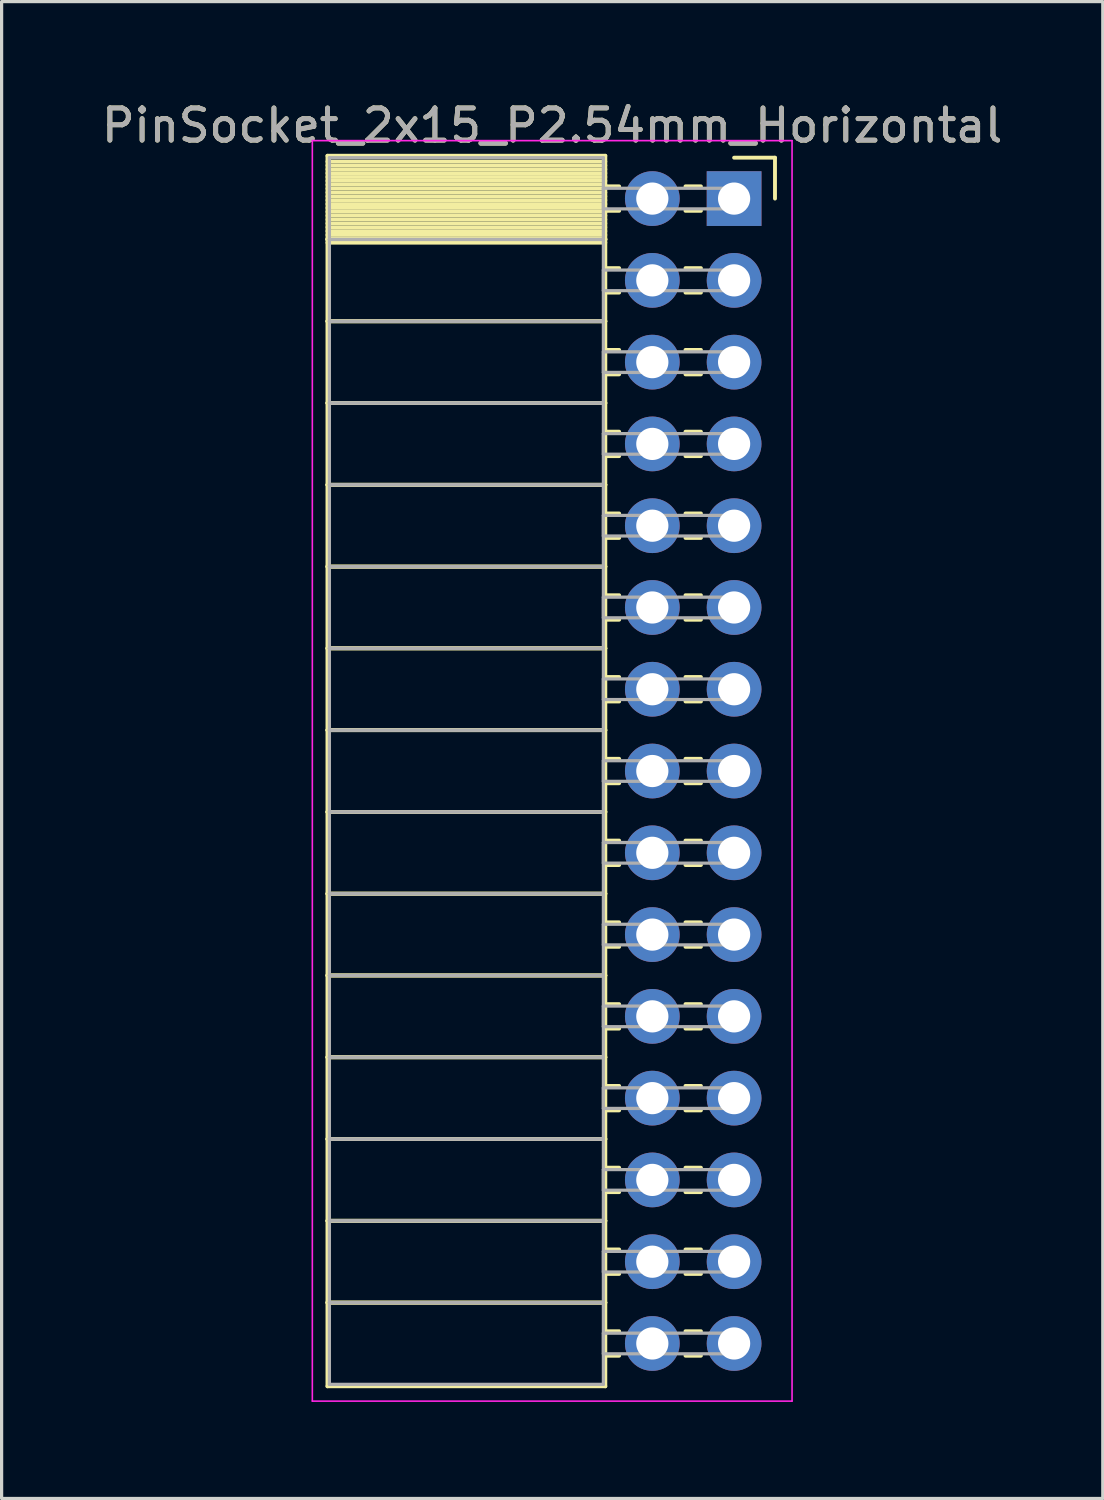
<source format=kicad_pcb>
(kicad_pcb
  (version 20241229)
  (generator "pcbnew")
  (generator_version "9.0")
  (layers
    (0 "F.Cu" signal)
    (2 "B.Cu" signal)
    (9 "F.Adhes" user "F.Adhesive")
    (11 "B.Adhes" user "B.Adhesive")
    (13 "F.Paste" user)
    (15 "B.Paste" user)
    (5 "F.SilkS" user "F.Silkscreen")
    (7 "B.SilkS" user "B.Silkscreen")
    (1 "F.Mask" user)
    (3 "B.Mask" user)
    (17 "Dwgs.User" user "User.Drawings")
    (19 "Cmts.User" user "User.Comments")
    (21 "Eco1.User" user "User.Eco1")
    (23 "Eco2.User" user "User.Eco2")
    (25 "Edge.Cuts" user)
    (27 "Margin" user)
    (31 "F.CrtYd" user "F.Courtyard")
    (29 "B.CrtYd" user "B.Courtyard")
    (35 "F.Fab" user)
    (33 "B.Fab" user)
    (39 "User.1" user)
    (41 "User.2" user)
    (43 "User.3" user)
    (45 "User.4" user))
  (footprint "PinSocket_2x15_P2.54mm_Horizontal"
    (layer "F.Cu")
    (at 19.751 3.118)
    (property "Reference" "PinSocket_2x15_P2.54mm_Horizontal" (at -5.65 -2.27 0) (layer "F.SilkS") (effects (font (size 1 1) (thickness 0.15))))
    (attr through_hole)
    (fp_line (start -12.63 -1.33) (end -4 -1.33) (stroke (width 0.12) (type solid)) (layer "F.SilkS"))
    (fp_line (start -12.63 1.27) (end -12.63 -1.33) (stroke (width 0.12) (type solid)) (layer "F.SilkS"))
    (fp_line (start -12.63 1.27) (end -4 1.27) (stroke (width 0.12) (type solid)) (layer "F.SilkS"))
    (fp_line (start -12.63 3.81) (end -12.63 1.27) (stroke (width 0.12) (type solid)) (layer "F.SilkS"))
    (fp_line (start -12.63 3.81) (end -4 3.81) (stroke (width 0.12) (type solid)) (layer "F.SilkS"))
    (fp_line (start -12.63 6.35) (end -12.63 3.81) (stroke (width 0.12) (type solid)) (layer "F.SilkS"))
    (fp_line (start -12.63 6.35) (end -4 6.35) (stroke (width 0.12) (type solid)) (layer "F.SilkS"))
    (fp_line (start -12.63 8.89) (end -12.63 6.35) (stroke (width 0.12) (type solid)) (layer "F.SilkS"))
    (fp_line (start -12.63 8.89) (end -4 8.89) (stroke (width 0.12) (type solid)) (layer "F.SilkS"))
    (fp_line (start -12.63 11.43) (end -12.63 8.89) (stroke (width 0.12) (type solid)) (layer "F.SilkS"))
    (fp_line (start -12.63 11.43) (end -4 11.43) (stroke (width 0.12) (type solid)) (layer "F.SilkS"))
    (fp_line (start -12.63 13.97) (end -12.63 11.43) (stroke (width 0.12) (type solid)) (layer "F.SilkS"))
    (fp_line (start -12.63 13.97) (end -4 13.97) (stroke (width 0.12) (type solid)) (layer "F.SilkS"))
    (fp_line (start -12.63 16.51) (end -12.63 13.97) (stroke (width 0.12) (type solid)) (layer "F.SilkS"))
    (fp_line (start -12.63 16.51) (end -4 16.51) (stroke (width 0.12) (type solid)) (layer "F.SilkS"))
    (fp_line (start -12.63 19.05) (end -12.63 16.51) (stroke (width 0.12) (type solid)) (layer "F.SilkS"))
    (fp_line (start -12.63 19.05) (end -4 19.05) (stroke (width 0.12) (type solid)) (layer "F.SilkS"))
    (fp_line (start -12.63 21.59) (end -12.63 19.05) (stroke (width 0.12) (type solid)) (layer "F.SilkS"))
    (fp_line (start -12.63 21.59) (end -4 21.59) (stroke (width 0.12) (type solid)) (layer "F.SilkS"))
    (fp_line (start -12.63 24.13) (end -12.63 21.59) (stroke (width 0.12) (type solid)) (layer "F.SilkS"))
    (fp_line (start -12.63 24.13) (end -4 24.13) (stroke (width 0.12) (type solid)) (layer "F.SilkS"))
    (fp_line (start -12.63 26.67) (end -12.63 24.13) (stroke (width 0.12) (type solid)) (layer "F.SilkS"))
    (fp_line (start -12.63 26.67) (end -4 26.67) (stroke (width 0.12) (type solid)) (layer "F.SilkS"))
    (fp_line (start -12.63 29.21) (end -12.63 26.67) (stroke (width 0.12) (type solid)) (layer "F.SilkS"))
    (fp_line (start -12.63 29.21) (end -4 29.21) (stroke (width 0.12) (type solid)) (layer "F.SilkS"))
    (fp_line (start -12.63 31.75) (end -12.63 29.21) (stroke (width 0.12) (type solid)) (layer "F.SilkS"))
    (fp_line (start -12.63 31.75) (end -4 31.75) (stroke (width 0.12) (type solid)) (layer "F.SilkS"))
    (fp_line (start -12.63 34.29) (end -12.63 31.75) (stroke (width 0.12) (type solid)) (layer "F.SilkS"))
    (fp_line (start -12.63 34.29) (end -4 34.29) (stroke (width 0.12) (type solid)) (layer "F.SilkS"))
    (fp_line (start -12.63 36.89) (end -12.63 34.29) (stroke (width 0.12) (type solid)) (layer "F.SilkS"))
    (fp_line (start -4 -1.33) (end -4 1.27) (stroke (width 0.12) (type solid)) (layer "F.SilkS"))
    (fp_line (start -4 -1.15) (end -12.63 -1.15) (stroke (width 0.12) (type solid)) (layer "F.SilkS"))
    (fp_line (start -4 -1.03) (end -12.63 -1.03) (stroke (width 0.12) (type solid)) (layer "F.SilkS"))
    (fp_line (start -4 -0.91) (end -12.63 -0.91) (stroke (width 0.12) (type solid)) (layer "F.SilkS"))
    (fp_line (start -4 -0.79) (end -12.63 -0.79) (stroke (width 0.12) (type solid)) (layer "F.SilkS"))
    (fp_line (start -4 -0.67) (end -12.63 -0.67) (stroke (width 0.12) (type solid)) (layer "F.SilkS"))
    (fp_line (start -4 -0.55) (end -12.63 -0.55) (stroke (width 0.12) (type solid)) (layer "F.SilkS"))
    (fp_line (start -4 -0.43) (end -12.63 -0.43) (stroke (width 0.12) (type solid)) (layer "F.SilkS"))
    (fp_line (start -4 -0.31) (end -12.63 -0.31) (stroke (width 0.12) (type solid)) (layer "F.SilkS"))
    (fp_line (start -4 -0.19) (end -12.63 -0.19) (stroke (width 0.12) (type solid)) (layer "F.SilkS"))
    (fp_line (start -4 -0.07) (end -12.63 -0.07) (stroke (width 0.12) (type solid)) (layer "F.SilkS"))
    (fp_line (start -4 0.05) (end -12.63 0.05) (stroke (width 0.12) (type solid)) (layer "F.SilkS"))
    (fp_line (start -4 0.17) (end -12.63 0.17) (stroke (width 0.12) (type solid)) (layer "F.SilkS"))
    (fp_line (start -4 0.29) (end -12.63 0.29) (stroke (width 0.12) (type solid)) (layer "F.SilkS"))
    (fp_line (start -4 0.41) (end -12.63 0.41) (stroke (width 0.12) (type solid)) (layer "F.SilkS"))
    (fp_line (start -4 0.53) (end -12.63 0.53) (stroke (width 0.12) (type solid)) (layer "F.SilkS"))
    (fp_line (start -4 0.65) (end -12.63 0.65) (stroke (width 0.12) (type solid)) (layer "F.SilkS"))
    (fp_line (start -4 0.77) (end -12.63 0.77) (stroke (width 0.12) (type solid)) (layer "F.SilkS"))
    (fp_line (start -4 0.89) (end -12.63 0.89) (stroke (width 0.12) (type solid)) (layer "F.SilkS"))
    (fp_line (start -4 1.01) (end -12.63 1.01) (stroke (width 0.12) (type solid)) (layer "F.SilkS"))
    (fp_line (start -4 1.13) (end -12.63 1.13) (stroke (width 0.12) (type solid)) (layer "F.SilkS"))
    (fp_line (start -4 1.25) (end -12.63 1.25) (stroke (width 0.12) (type solid)) (layer "F.SilkS"))
    (fp_line (start -4 1.27) (end -12.63 1.27) (stroke (width 0.12) (type solid)) (layer "F.SilkS"))
    (fp_line (start -4 1.27) (end -4 3.81) (stroke (width 0.12) (type solid)) (layer "F.SilkS"))
    (fp_line (start -4 1.37) (end -12.63 1.37) (stroke (width 0.12) (type solid)) (layer "F.SilkS"))
    (fp_line (start -4 3.81) (end -12.63 3.81) (stroke (width 0.12) (type solid)) (layer "F.SilkS"))
    (fp_line (start -4 3.81) (end -4 6.35) (stroke (width 0.12) (type solid)) (layer "F.SilkS"))
    (fp_line (start -4 6.35) (end -12.63 6.35) (stroke (width 0.12) (type solid)) (layer "F.SilkS"))
    (fp_line (start -4 6.35) (end -4 8.89) (stroke (width 0.12) (type solid)) (layer "F.SilkS"))
    (fp_line (start -4 8.89) (end -12.63 8.89) (stroke (width 0.12) (type solid)) (layer "F.SilkS"))
    (fp_line (start -4 8.89) (end -4 11.43) (stroke (width 0.12) (type solid)) (layer "F.SilkS"))
    (fp_line (start -4 11.43) (end -12.63 11.43) (stroke (width 0.12) (type solid)) (layer "F.SilkS"))
    (fp_line (start -4 11.43) (end -4 13.97) (stroke (width 0.12) (type solid)) (layer "F.SilkS"))
    (fp_line (start -4 13.97) (end -12.63 13.97) (stroke (width 0.12) (type solid)) (layer "F.SilkS"))
    (fp_line (start -4 13.97) (end -4 16.51) (stroke (width 0.12) (type solid)) (layer "F.SilkS"))
    (fp_line (start -4 16.51) (end -12.63 16.51) (stroke (width 0.12) (type solid)) (layer "F.SilkS"))
    (fp_line (start -4 16.51) (end -4 19.05) (stroke (width 0.12) (type solid)) (layer "F.SilkS"))
    (fp_line (start -4 19.05) (end -12.63 19.05) (stroke (width 0.12) (type solid)) (layer "F.SilkS"))
    (fp_line (start -4 19.05) (end -4 21.59) (stroke (width 0.12) (type solid)) (layer "F.SilkS"))
    (fp_line (start -4 21.59) (end -12.63 21.59) (stroke (width 0.12) (type solid)) (layer "F.SilkS"))
    (fp_line (start -4 21.59) (end -4 24.13) (stroke (width 0.12) (type solid)) (layer "F.SilkS"))
    (fp_line (start -4 24.13) (end -12.63 24.13) (stroke (width 0.12) (type solid)) (layer "F.SilkS"))
    (fp_line (start -4 24.13) (end -4 26.67) (stroke (width 0.12) (type solid)) (layer "F.SilkS"))
    (fp_line (start -4 26.67) (end -12.63 26.67) (stroke (width 0.12) (type solid)) (layer "F.SilkS"))
    (fp_line (start -4 26.67) (end -4 29.21) (stroke (width 0.12) (type solid)) (layer "F.SilkS"))
    (fp_line (start -4 29.21) (end -12.63 29.21) (stroke (width 0.12) (type solid)) (layer "F.SilkS"))
    (fp_line (start -4 29.21) (end -4 31.75) (stroke (width 0.12) (type solid)) (layer "F.SilkS"))
    (fp_line (start -4 31.75) (end -12.63 31.75) (stroke (width 0.12) (type solid)) (layer "F.SilkS"))
    (fp_line (start -4 31.75) (end -4 34.29) (stroke (width 0.12) (type solid)) (layer "F.SilkS"))
    (fp_line (start -4 34.29) (end -12.63 34.29) (stroke (width 0.12) (type solid)) (layer "F.SilkS"))
    (fp_line (start -4 34.29) (end -4 36.89) (stroke (width 0.12) (type solid)) (layer "F.SilkS"))
    (fp_line (start -4 36.89) (end -12.63 36.89) (stroke (width 0.12) (type solid)) (layer "F.SilkS"))
    (fp_line (start -3.57 -0.38) (end -4 -0.38) (stroke (width 0.12) (type solid)) (layer "F.SilkS"))
    (fp_line (start -3.57 0.38) (end -4 0.38) (stroke (width 0.12) (type solid)) (layer "F.SilkS"))
    (fp_line (start -3.57 2.16) (end -4 2.16) (stroke (width 0.12) (type solid)) (layer "F.SilkS"))
    (fp_line (start -3.57 2.92) (end -4 2.92) (stroke (width 0.12) (type solid)) (layer "F.SilkS"))
    (fp_line (start -3.57 4.7) (end -4 4.7) (stroke (width 0.12) (type solid)) (layer "F.SilkS"))
    (fp_line (start -3.57 5.46) (end -4 5.46) (stroke (width 0.12) (type solid)) (layer "F.SilkS"))
    (fp_line (start -3.57 7.24) (end -4 7.24) (stroke (width 0.12) (type solid)) (layer "F.SilkS"))
    (fp_line (start -3.57 8) (end -4 8) (stroke (width 0.12) (type solid)) (layer "F.SilkS"))
    (fp_line (start -3.57 9.78) (end -4 9.78) (stroke (width 0.12) (type solid)) (layer "F.SilkS"))
    (fp_line (start -3.57 10.54) (end -4 10.54) (stroke (width 0.12) (type solid)) (layer "F.SilkS"))
    (fp_line (start -3.57 12.32) (end -4 12.32) (stroke (width 0.12) (type solid)) (layer "F.SilkS"))
    (fp_line (start -3.57 13.08) (end -4 13.08) (stroke (width 0.12) (type solid)) (layer "F.SilkS"))
    (fp_line (start -3.57 14.86) (end -4 14.86) (stroke (width 0.12) (type solid)) (layer "F.SilkS"))
    (fp_line (start -3.57 15.62) (end -4 15.62) (stroke (width 0.12) (type solid)) (layer "F.SilkS"))
    (fp_line (start -3.57 17.4) (end -4 17.4) (stroke (width 0.12) (type solid)) (layer "F.SilkS"))
    (fp_line (start -3.57 18.16) (end -4 18.16) (stroke (width 0.12) (type solid)) (layer "F.SilkS"))
    (fp_line (start -3.57 19.94) (end -4 19.94) (stroke (width 0.12) (type solid)) (layer "F.SilkS"))
    (fp_line (start -3.57 20.7) (end -4 20.7) (stroke (width 0.12) (type solid)) (layer "F.SilkS"))
    (fp_line (start -3.57 22.48) (end -4 22.48) (stroke (width 0.12) (type solid)) (layer "F.SilkS"))
    (fp_line (start -3.57 23.24) (end -4 23.24) (stroke (width 0.12) (type solid)) (layer "F.SilkS"))
    (fp_line (start -3.57 25.02) (end -4 25.02) (stroke (width 0.12) (type solid)) (layer "F.SilkS"))
    (fp_line (start -3.57 25.78) (end -4 25.78) (stroke (width 0.12) (type solid)) (layer "F.SilkS"))
    (fp_line (start -3.57 27.56) (end -4 27.56) (stroke (width 0.12) (type solid)) (layer "F.SilkS"))
    (fp_line (start -3.57 28.32) (end -4 28.32) (stroke (width 0.12) (type solid)) (layer "F.SilkS"))
    (fp_line (start -3.57 30.1) (end -4 30.1) (stroke (width 0.12) (type solid)) (layer "F.SilkS"))
    (fp_line (start -3.57 30.86) (end -4 30.86) (stroke (width 0.12) (type solid)) (layer "F.SilkS"))
    (fp_line (start -3.57 32.64) (end -4 32.64) (stroke (width 0.12) (type solid)) (layer "F.SilkS"))
    (fp_line (start -3.57 33.4) (end -4 33.4) (stroke (width 0.12) (type solid)) (layer "F.SilkS"))
    (fp_line (start -3.57 35.18) (end -4 35.18) (stroke (width 0.12) (type solid)) (layer "F.SilkS"))
    (fp_line (start -3.57 35.94) (end -4 35.94) (stroke (width 0.12) (type solid)) (layer "F.SilkS"))
    (fp_line (start -1.03 -0.38) (end -1.51 -0.38) (stroke (width 0.12) (type solid)) (layer "F.SilkS"))
    (fp_line (start -1.03 0.38) (end -1.51 0.38) (stroke (width 0.12) (type solid)) (layer "F.SilkS"))
    (fp_line (start -1.03 2.16) (end -1.51 2.16) (stroke (width 0.12) (type solid)) (layer "F.SilkS"))
    (fp_line (start -1.03 2.92) (end -1.51 2.92) (stroke (width 0.12) (type solid)) (layer "F.SilkS"))
    (fp_line (start -1.03 4.7) (end -1.51 4.7) (stroke (width 0.12) (type solid)) (layer "F.SilkS"))
    (fp_line (start -1.03 5.46) (end -1.51 5.46) (stroke (width 0.12) (type solid)) (layer "F.SilkS"))
    (fp_line (start -1.03 7.24) (end -1.51 7.24) (stroke (width 0.12) (type solid)) (layer "F.SilkS"))
    (fp_line (start -1.03 8) (end -1.51 8) (stroke (width 0.12) (type solid)) (layer "F.SilkS"))
    (fp_line (start -1.03 9.78) (end -1.51 9.78) (stroke (width 0.12) (type solid)) (layer "F.SilkS"))
    (fp_line (start -1.03 10.54) (end -1.51 10.54) (stroke (width 0.12) (type solid)) (layer "F.SilkS"))
    (fp_line (start -1.03 12.32) (end -1.51 12.32) (stroke (width 0.12) (type solid)) (layer "F.SilkS"))
    (fp_line (start -1.03 13.08) (end -1.51 13.08) (stroke (width 0.12) (type solid)) (layer "F.SilkS"))
    (fp_line (start -1.03 14.86) (end -1.51 14.86) (stroke (width 0.12) (type solid)) (layer "F.SilkS"))
    (fp_line (start -1.03 15.62) (end -1.51 15.62) (stroke (width 0.12) (type solid)) (layer "F.SilkS"))
    (fp_line (start -1.03 17.4) (end -1.51 17.4) (stroke (width 0.12) (type solid)) (layer "F.SilkS"))
    (fp_line (start -1.03 18.16) (end -1.51 18.16) (stroke (width 0.12) (type solid)) (layer "F.SilkS"))
    (fp_line (start -1.03 19.94) (end -1.51 19.94) (stroke (width 0.12) (type solid)) (layer "F.SilkS"))
    (fp_line (start -1.03 20.7) (end -1.51 20.7) (stroke (width 0.12) (type solid)) (layer "F.SilkS"))
    (fp_line (start -1.03 22.48) (end -1.51 22.48) (stroke (width 0.12) (type solid)) (layer "F.SilkS"))
    (fp_line (start -1.03 23.24) (end -1.51 23.24) (stroke (width 0.12) (type solid)) (layer "F.SilkS"))
    (fp_line (start -1.03 25.02) (end -1.51 25.02) (stroke (width 0.12) (type solid)) (layer "F.SilkS"))
    (fp_line (start -1.03 25.78) (end -1.51 25.78) (stroke (width 0.12) (type solid)) (layer "F.SilkS"))
    (fp_line (start -1.03 27.56) (end -1.51 27.56) (stroke (width 0.12) (type solid)) (layer "F.SilkS"))
    (fp_line (start -1.03 28.32) (end -1.51 28.32) (stroke (width 0.12) (type solid)) (layer "F.SilkS"))
    (fp_line (start -1.03 30.1) (end -1.51 30.1) (stroke (width 0.12) (type solid)) (layer "F.SilkS"))
    (fp_line (start -1.03 30.86) (end -1.51 30.86) (stroke (width 0.12) (type solid)) (layer "F.SilkS"))
    (fp_line (start -1.03 32.64) (end -1.51 32.64) (stroke (width 0.12) (type solid)) (layer "F.SilkS"))
    (fp_line (start -1.03 33.4) (end -1.51 33.4) (stroke (width 0.12) (type solid)) (layer "F.SilkS"))
    (fp_line (start -1.03 35.18) (end -1.51 35.18) (stroke (width 0.12) (type solid)) (layer "F.SilkS"))
    (fp_line (start -1.03 35.94) (end -1.51 35.94) (stroke (width 0.12) (type solid)) (layer "F.SilkS"))
    (fp_line (start 0 -1.27) (end 1.27 -1.27) (stroke (width 0.12) (type solid)) (layer "F.SilkS"))
    (fp_line (start 1.27 -1.27) (end 1.27 0) (stroke (width 0.12) (type solid)) (layer "F.SilkS"))
    (fp_line (start -13.1 -1.8) (end 1.8 -1.8) (stroke (width 0.05) (type solid)) (layer "F.CrtYd"))
    (fp_line (start -13.1 37.35) (end -13.1 -1.8) (stroke (width 0.05) (type solid)) (layer "F.CrtYd"))
    (fp_line (start 1.8 -1.8) (end 1.8 37.35) (stroke (width 0.05) (type solid)) (layer "F.CrtYd"))
    (fp_line (start 1.8 37.35) (end -13.1 37.35) (stroke (width 0.05) (type solid)) (layer "F.CrtYd"))
    (fp_line (start -12.57 -1.27) (end -4.06 -1.27) (stroke (width 0.1) (type solid)) (layer "F.Fab"))
    (fp_line (start -12.57 1.27) (end -12.57 -1.27) (stroke (width 0.1) (type solid)) (layer "F.Fab"))
    (fp_line (start -12.57 1.27) (end -4.06 1.27) (stroke (width 0.1) (type solid)) (layer "F.Fab"))
    (fp_line (start -12.57 3.81) (end -12.57 1.27) (stroke (width 0.1) (type solid)) (layer "F.Fab"))
    (fp_line (start -12.57 3.81) (end -4.06 3.81) (stroke (width 0.1) (type solid)) (layer "F.Fab"))
    (fp_line (start -12.57 6.35) (end -12.57 3.81) (stroke (width 0.1) (type solid)) (layer "F.Fab"))
    (fp_line (start -12.57 6.35) (end -4.06 6.35) (stroke (width 0.1) (type solid)) (layer "F.Fab"))
    (fp_line (start -12.57 8.89) (end -12.57 6.35) (stroke (width 0.1) (type solid)) (layer "F.Fab"))
    (fp_line (start -12.57 8.89) (end -4.06 8.89) (stroke (width 0.1) (type solid)) (layer "F.Fab"))
    (fp_line (start -12.57 11.43) (end -12.57 8.89) (stroke (width 0.1) (type solid)) (layer "F.Fab"))
    (fp_line (start -12.57 11.43) (end -4.06 11.43) (stroke (width 0.1) (type solid)) (layer "F.Fab"))
    (fp_line (start -12.57 13.97) (end -12.57 11.43) (stroke (width 0.1) (type solid)) (layer "F.Fab"))
    (fp_line (start -12.57 13.97) (end -4.06 13.97) (stroke (width 0.1) (type solid)) (layer "F.Fab"))
    (fp_line (start -12.57 16.51) (end -12.57 13.97) (stroke (width 0.1) (type solid)) (layer "F.Fab"))
    (fp_line (start -12.57 16.51) (end -4.06 16.51) (stroke (width 0.1) (type solid)) (layer "F.Fab"))
    (fp_line (start -12.57 19.05) (end -12.57 16.51) (stroke (width 0.1) (type solid)) (layer "F.Fab"))
    (fp_line (start -12.57 19.05) (end -4.06 19.05) (stroke (width 0.1) (type solid)) (layer "F.Fab"))
    (fp_line (start -12.57 21.59) (end -12.57 19.05) (stroke (width 0.1) (type solid)) (layer "F.Fab"))
    (fp_line (start -12.57 21.59) (end -4.06 21.59) (stroke (width 0.1) (type solid)) (layer "F.Fab"))
    (fp_line (start -12.57 24.13) (end -12.57 21.59) (stroke (width 0.1) (type solid)) (layer "F.Fab"))
    (fp_line (start -12.57 24.13) (end -4.06 24.13) (stroke (width 0.1) (type solid)) (layer "F.Fab"))
    (fp_line (start -12.57 26.67) (end -12.57 24.13) (stroke (width 0.1) (type solid)) (layer "F.Fab"))
    (fp_line (start -12.57 26.67) (end -4.06 26.67) (stroke (width 0.1) (type solid)) (layer "F.Fab"))
    (fp_line (start -12.57 29.21) (end -12.57 26.67) (stroke (width 0.1) (type solid)) (layer "F.Fab"))
    (fp_line (start -12.57 29.21) (end -4.06 29.21) (stroke (width 0.1) (type solid)) (layer "F.Fab"))
    (fp_line (start -12.57 31.75) (end -12.57 29.21) (stroke (width 0.1) (type solid)) (layer "F.Fab"))
    (fp_line (start -12.57 31.75) (end -4.06 31.75) (stroke (width 0.1) (type solid)) (layer "F.Fab"))
    (fp_line (start -12.57 34.29) (end -12.57 31.75) (stroke (width 0.1) (type solid)) (layer "F.Fab"))
    (fp_line (start -12.57 34.29) (end -4.06 34.29) (stroke (width 0.1) (type solid)) (layer "F.Fab"))
    (fp_line (start -12.57 36.83) (end -12.57 34.29) (stroke (width 0.1) (type solid)) (layer "F.Fab"))
    (fp_line (start -4.06 -1.27) (end -4.06 1.27) (stroke (width 0.1) (type solid)) (layer "F.Fab"))
    (fp_line (start -4.06 -0.32) (end 0 -0.32) (stroke (width 0.1) (type solid)) (layer "F.Fab"))
    (fp_line (start -4.06 0.32) (end -4.06 -0.32) (stroke (width 0.1) (type solid)) (layer "F.Fab"))
    (fp_line (start -4.06 1.27) (end -12.57 1.27) (stroke (width 0.1) (type solid)) (layer "F.Fab"))
    (fp_line (start -4.06 1.27) (end -4.06 3.81) (stroke (width 0.1) (type solid)) (layer "F.Fab"))
    (fp_line (start -4.06 2.22) (end 0 2.22) (stroke (width 0.1) (type solid)) (layer "F.Fab"))
    (fp_line (start -4.06 2.86) (end -4.06 2.22) (stroke (width 0.1) (type solid)) (layer "F.Fab"))
    (fp_line (start -4.06 3.81) (end -12.57 3.81) (stroke (width 0.1) (type solid)) (layer "F.Fab"))
    (fp_line (start -4.06 3.81) (end -4.06 6.35) (stroke (width 0.1) (type solid)) (layer "F.Fab"))
    (fp_line (start -4.06 4.76) (end 0 4.76) (stroke (width 0.1) (type solid)) (layer "F.Fab"))
    (fp_line (start -4.06 5.4) (end -4.06 4.76) (stroke (width 0.1) (type solid)) (layer "F.Fab"))
    (fp_line (start -4.06 6.35) (end -12.57 6.35) (stroke (width 0.1) (type solid)) (layer "F.Fab"))
    (fp_line (start -4.06 6.35) (end -4.06 8.89) (stroke (width 0.1) (type solid)) (layer "F.Fab"))
    (fp_line (start -4.06 7.3) (end 0 7.3) (stroke (width 0.1) (type solid)) (layer "F.Fab"))
    (fp_line (start -4.06 7.94) (end -4.06 7.3) (stroke (width 0.1) (type solid)) (layer "F.Fab"))
    (fp_line (start -4.06 8.89) (end -12.57 8.89) (stroke (width 0.1) (type solid)) (layer "F.Fab"))
    (fp_line (start -4.06 8.89) (end -4.06 11.43) (stroke (width 0.1) (type solid)) (layer "F.Fab"))
    (fp_line (start -4.06 9.84) (end 0 9.84) (stroke (width 0.1) (type solid)) (layer "F.Fab"))
    (fp_line (start -4.06 10.48) (end -4.06 9.84) (stroke (width 0.1) (type solid)) (layer "F.Fab"))
    (fp_line (start -4.06 11.43) (end -12.57 11.43) (stroke (width 0.1) (type solid)) (layer "F.Fab"))
    (fp_line (start -4.06 11.43) (end -4.06 13.97) (stroke (width 0.1) (type solid)) (layer "F.Fab"))
    (fp_line (start -4.06 12.38) (end 0 12.38) (stroke (width 0.1) (type solid)) (layer "F.Fab"))
    (fp_line (start -4.06 13.02) (end -4.06 12.38) (stroke (width 0.1) (type solid)) (layer "F.Fab"))
    (fp_line (start -4.06 13.97) (end -12.57 13.97) (stroke (width 0.1) (type solid)) (layer "F.Fab"))
    (fp_line (start -4.06 13.97) (end -4.06 16.51) (stroke (width 0.1) (type solid)) (layer "F.Fab"))
    (fp_line (start -4.06 14.92) (end 0 14.92) (stroke (width 0.1) (type solid)) (layer "F.Fab"))
    (fp_line (start -4.06 15.56) (end -4.06 14.92) (stroke (width 0.1) (type solid)) (layer "F.Fab"))
    (fp_line (start -4.06 16.51) (end -12.57 16.51) (stroke (width 0.1) (type solid)) (layer "F.Fab"))
    (fp_line (start -4.06 16.51) (end -4.06 19.05) (stroke (width 0.1) (type solid)) (layer "F.Fab"))
    (fp_line (start -4.06 17.46) (end 0 17.46) (stroke (width 0.1) (type solid)) (layer "F.Fab"))
    (fp_line (start -4.06 18.1) (end -4.06 17.46) (stroke (width 0.1) (type solid)) (layer "F.Fab"))
    (fp_line (start -4.06 19.05) (end -12.57 19.05) (stroke (width 0.1) (type solid)) (layer "F.Fab"))
    (fp_line (start -4.06 19.05) (end -4.06 21.59) (stroke (width 0.1) (type solid)) (layer "F.Fab"))
    (fp_line (start -4.06 20) (end 0 20) (stroke (width 0.1) (type solid)) (layer "F.Fab"))
    (fp_line (start -4.06 20.64) (end -4.06 20) (stroke (width 0.1) (type solid)) (layer "F.Fab"))
    (fp_line (start -4.06 21.59) (end -12.57 21.59) (stroke (width 0.1) (type solid)) (layer "F.Fab"))
    (fp_line (start -4.06 21.59) (end -4.06 24.13) (stroke (width 0.1) (type solid)) (layer "F.Fab"))
    (fp_line (start -4.06 22.54) (end 0 22.54) (stroke (width 0.1) (type solid)) (layer "F.Fab"))
    (fp_line (start -4.06 23.18) (end -4.06 22.54) (stroke (width 0.1) (type solid)) (layer "F.Fab"))
    (fp_line (start -4.06 24.13) (end -12.57 24.13) (stroke (width 0.1) (type solid)) (layer "F.Fab"))
    (fp_line (start -4.06 24.13) (end -4.06 26.67) (stroke (width 0.1) (type solid)) (layer "F.Fab"))
    (fp_line (start -4.06 25.08) (end 0 25.08) (stroke (width 0.1) (type solid)) (layer "F.Fab"))
    (fp_line (start -4.06 25.72) (end -4.06 25.08) (stroke (width 0.1) (type solid)) (layer "F.Fab"))
    (fp_line (start -4.06 26.67) (end -12.57 26.67) (stroke (width 0.1) (type solid)) (layer "F.Fab"))
    (fp_line (start -4.06 26.67) (end -4.06 29.21) (stroke (width 0.1) (type solid)) (layer "F.Fab"))
    (fp_line (start -4.06 27.62) (end 0 27.62) (stroke (width 0.1) (type solid)) (layer "F.Fab"))
    (fp_line (start -4.06 28.26) (end -4.06 27.62) (stroke (width 0.1) (type solid)) (layer "F.Fab"))
    (fp_line (start -4.06 29.21) (end -12.57 29.21) (stroke (width 0.1) (type solid)) (layer "F.Fab"))
    (fp_line (start -4.06 29.21) (end -4.06 31.75) (stroke (width 0.1) (type solid)) (layer "F.Fab"))
    (fp_line (start -4.06 30.16) (end 0 30.16) (stroke (width 0.1) (type solid)) (layer "F.Fab"))
    (fp_line (start -4.06 30.8) (end -4.06 30.16) (stroke (width 0.1) (type solid)) (layer "F.Fab"))
    (fp_line (start -4.06 31.75) (end -12.57 31.75) (stroke (width 0.1) (type solid)) (layer "F.Fab"))
    (fp_line (start -4.06 31.75) (end -4.06 34.29) (stroke (width 0.1) (type solid)) (layer "F.Fab"))
    (fp_line (start -4.06 32.7) (end 0 32.7) (stroke (width 0.1) (type solid)) (layer "F.Fab"))
    (fp_line (start -4.06 33.34) (end -4.06 32.7) (stroke (width 0.1) (type solid)) (layer "F.Fab"))
    (fp_line (start -4.06 34.29) (end -12.57 34.29) (stroke (width 0.1) (type solid)) (layer "F.Fab"))
    (fp_line (start -4.06 34.29) (end -4.06 36.83) (stroke (width 0.1) (type solid)) (layer "F.Fab"))
    (fp_line (start -4.06 35.24) (end 0 35.24) (stroke (width 0.1) (type solid)) (layer "F.Fab"))
    (fp_line (start -4.06 35.88) (end -4.06 35.24) (stroke (width 0.1) (type solid)) (layer "F.Fab"))
    (fp_line (start -4.06 36.83) (end -12.57 36.83) (stroke (width 0.1) (type solid)) (layer "F.Fab"))
    (fp_line (start 0 -0.32) (end 0 0.32) (stroke (width 0.1) (type solid)) (layer "F.Fab"))
    (fp_line (start 0 0.32) (end -4.06 0.32) (stroke (width 0.1) (type solid)) (layer "F.Fab"))
    (fp_line (start 0 2.22) (end 0 2.86) (stroke (width 0.1) (type solid)) (layer "F.Fab"))
    (fp_line (start 0 2.86) (end -4.06 2.86) (stroke (width 0.1) (type solid)) (layer "F.Fab"))
    (fp_line (start 0 4.76) (end 0 5.4) (stroke (width 0.1) (type solid)) (layer "F.Fab"))
    (fp_line (start 0 5.4) (end -4.06 5.4) (stroke (width 0.1) (type solid)) (layer "F.Fab"))
    (fp_line (start 0 7.3) (end 0 7.94) (stroke (width 0.1) (type solid)) (layer "F.Fab"))
    (fp_line (start 0 7.94) (end -4.06 7.94) (stroke (width 0.1) (type solid)) (layer "F.Fab"))
    (fp_line (start 0 9.84) (end 0 10.48) (stroke (width 0.1) (type solid)) (layer "F.Fab"))
    (fp_line (start 0 10.48) (end -4.06 10.48) (stroke (width 0.1) (type solid)) (layer "F.Fab"))
    (fp_line (start 0 12.38) (end 0 13.02) (stroke (width 0.1) (type solid)) (layer "F.Fab"))
    (fp_line (start 0 13.02) (end -4.06 13.02) (stroke (width 0.1) (type solid)) (layer "F.Fab"))
    (fp_line (start 0 14.92) (end 0 15.56) (stroke (width 0.1) (type solid)) (layer "F.Fab"))
    (fp_line (start 0 15.56) (end -4.06 15.56) (stroke (width 0.1) (type solid)) (layer "F.Fab"))
    (fp_line (start 0 17.46) (end 0 18.1) (stroke (width 0.1) (type solid)) (layer "F.Fab"))
    (fp_line (start 0 18.1) (end -4.06 18.1) (stroke (width 0.1) (type solid)) (layer "F.Fab"))
    (fp_line (start 0 20) (end 0 20.64) (stroke (width 0.1) (type solid)) (layer "F.Fab"))
    (fp_line (start 0 20.64) (end -4.06 20.64) (stroke (width 0.1) (type solid)) (layer "F.Fab"))
    (fp_line (start 0 22.54) (end 0 23.18) (stroke (width 0.1) (type solid)) (layer "F.Fab"))
    (fp_line (start 0 23.18) (end -4.06 23.18) (stroke (width 0.1) (type solid)) (layer "F.Fab"))
    (fp_line (start 0 25.08) (end 0 25.72) (stroke (width 0.1) (type solid)) (layer "F.Fab"))
    (fp_line (start 0 25.72) (end -4.06 25.72) (stroke (width 0.1) (type solid)) (layer "F.Fab"))
    (fp_line (start 0 27.62) (end 0 28.26) (stroke (width 0.1) (type solid)) (layer "F.Fab"))
    (fp_line (start 0 28.26) (end -4.06 28.26) (stroke (width 0.1) (type solid)) (layer "F.Fab"))
    (fp_line (start 0 30.16) (end 0 30.8) (stroke (width 0.1) (type solid)) (layer "F.Fab"))
    (fp_line (start 0 30.8) (end -4.06 30.8) (stroke (width 0.1) (type solid)) (layer "F.Fab"))
    (fp_line (start 0 32.7) (end 0 33.34) (stroke (width 0.1) (type solid)) (layer "F.Fab"))
    (fp_line (start 0 33.34) (end -4.06 33.34) (stroke (width 0.1) (type solid)) (layer "F.Fab"))
    (fp_line (start 0 35.24) (end 0 35.88) (stroke (width 0.1) (type solid)) (layer "F.Fab"))
    (fp_line (start 0 35.88) (end -4.06 35.88) (stroke (width 0.1) (type solid)) (layer "F.Fab"))
    (fp_text user "${REFERENCE}" (at -5.65 -2.27 0) (layer "F.Fab") (effects (font (size 1 1) (thickness 0.15))))
    (pad "1" thru_hole rect (at 0 0) (size 1.7 1.7) (drill 1) (layers "*.Cu" "*.Mask"))
    (pad "2" thru_hole oval (at -2.54 0) (size 1.7 1.7) (drill 1) (layers "*.Cu" "*.Mask"))
    (pad "3" thru_hole oval (at 0 2.54) (size 1.7 1.7) (drill 1) (layers "*.Cu" "*.Mask"))
    (pad "4" thru_hole oval (at -2.54 2.54) (size 1.7 1.7) (drill 1) (layers "*.Cu" "*.Mask"))
    (pad "5" thru_hole oval (at 0 5.08) (size 1.7 1.7) (drill 1) (layers "*.Cu" "*.Mask"))
    (pad "6" thru_hole oval (at -2.54 5.08) (size 1.7 1.7) (drill 1) (layers "*.Cu" "*.Mask"))
    (pad "7" thru_hole oval (at 0 7.62) (size 1.7 1.7) (drill 1) (layers "*.Cu" "*.Mask"))
    (pad "8" thru_hole oval (at -2.54 7.62) (size 1.7 1.7) (drill 1) (layers "*.Cu" "*.Mask"))
    (pad "9" thru_hole oval (at 0 10.16) (size 1.7 1.7) (drill 1) (layers "*.Cu" "*.Mask"))
    (pad "10" thru_hole oval (at -2.54 10.16) (size 1.7 1.7) (drill 1) (layers "*.Cu" "*.Mask"))
    (pad "11" thru_hole oval (at 0 12.7) (size 1.7 1.7) (drill 1) (layers "*.Cu" "*.Mask"))
    (pad "12" thru_hole oval (at -2.54 12.7) (size 1.7 1.7) (drill 1) (layers "*.Cu" "*.Mask"))
    (pad "13" thru_hole oval (at 0 15.24) (size 1.7 1.7) (drill 1) (layers "*.Cu" "*.Mask"))
    (pad "14" thru_hole oval (at -2.54 15.24) (size 1.7 1.7) (drill 1) (layers "*.Cu" "*.Mask"))
    (pad "15" thru_hole oval (at 0 17.78) (size 1.7 1.7) (drill 1) (layers "*.Cu" "*.Mask"))
    (pad "16" thru_hole oval (at -2.54 17.78) (size 1.7 1.7) (drill 1) (layers "*.Cu" "*.Mask"))
    (pad "17" thru_hole oval (at 0 20.32) (size 1.7 1.7) (drill 1) (layers "*.Cu" "*.Mask"))
    (pad "18" thru_hole oval (at -2.54 20.32) (size 1.7 1.7) (drill 1) (layers "*.Cu" "*.Mask"))
    (pad "19" thru_hole oval (at 0 22.86) (size 1.7 1.7) (drill 1) (layers "*.Cu" "*.Mask"))
    (pad "20" thru_hole oval (at -2.54 22.86) (size 1.7 1.7) (drill 1) (layers "*.Cu" "*.Mask"))
    (pad "21" thru_hole oval (at 0 25.4) (size 1.7 1.7) (drill 1) (layers "*.Cu" "*.Mask"))
    (pad "22" thru_hole oval (at -2.54 25.4) (size 1.7 1.7) (drill 1) (layers "*.Cu" "*.Mask"))
    (pad "23" thru_hole oval (at 0 27.94) (size 1.7 1.7) (drill 1) (layers "*.Cu" "*.Mask"))
    (pad "24" thru_hole oval (at -2.54 27.94) (size 1.7 1.7) (drill 1) (layers "*.Cu" "*.Mask"))
    (pad "25" thru_hole oval (at 0 30.48) (size 1.7 1.7) (drill 1) (layers "*.Cu" "*.Mask"))
    (pad "26" thru_hole oval (at -2.54 30.48) (size 1.7 1.7) (drill 1) (layers "*.Cu" "*.Mask"))
    (pad "27" thru_hole oval (at 0 33.02) (size 1.7 1.7) (drill 1) (layers "*.Cu" "*.Mask"))
    (pad "28" thru_hole oval (at -2.54 33.02) (size 1.7 1.7) (drill 1) (layers "*.Cu" "*.Mask"))
    (pad "29" thru_hole oval (at 0 35.56) (size 1.7 1.7) (drill 1) (layers "*.Cu" "*.Mask"))
    (pad "30" thru_hole oval (at -2.54 35.56) (size 1.7 1.7) (drill 1) (layers "*.Cu" "*.Mask")))
  (gr_rect
    (start -3 -3)
    (end 31.202 43.493)
    (stroke (width 0.1) (type default))
    (fill no)
    (layer "Edge.Cuts")))
</source>
